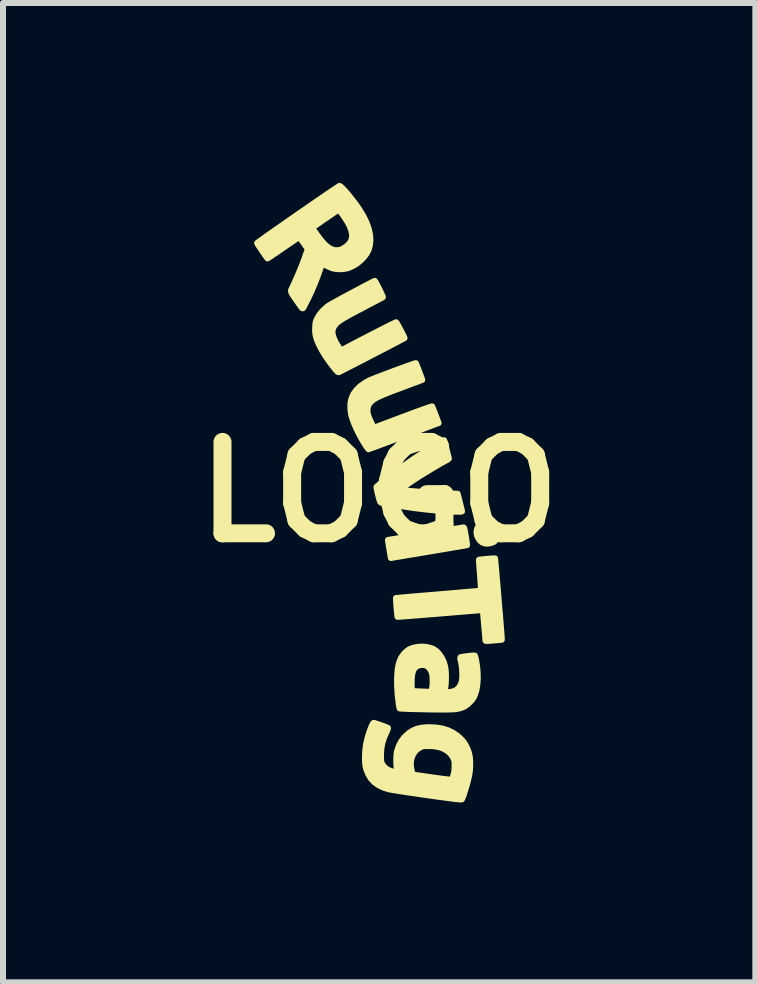
<source format=kicad_pcb>
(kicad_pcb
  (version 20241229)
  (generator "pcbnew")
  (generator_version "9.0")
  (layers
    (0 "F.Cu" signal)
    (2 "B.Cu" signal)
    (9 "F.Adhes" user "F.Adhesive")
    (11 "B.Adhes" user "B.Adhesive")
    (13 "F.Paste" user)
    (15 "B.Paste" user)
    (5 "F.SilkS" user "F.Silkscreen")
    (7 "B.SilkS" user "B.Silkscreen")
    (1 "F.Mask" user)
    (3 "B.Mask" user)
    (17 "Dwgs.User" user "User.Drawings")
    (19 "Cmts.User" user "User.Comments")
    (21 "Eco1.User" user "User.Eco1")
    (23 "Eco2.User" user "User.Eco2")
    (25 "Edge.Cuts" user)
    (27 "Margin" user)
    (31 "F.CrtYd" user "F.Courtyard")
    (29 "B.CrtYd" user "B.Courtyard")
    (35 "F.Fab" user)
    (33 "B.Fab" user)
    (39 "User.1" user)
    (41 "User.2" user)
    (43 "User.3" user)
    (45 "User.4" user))
  (footprint "LOGO"
    (layer "F.Cu")
    (at 3.273 5.154)
    (property "Reference" "LOGO" (at 0 0 0) (layer "F.SilkS") (effects (font (size 1.524 1.524) (thickness 0.3))))
    (attr through_hole)
    (fp_poly (pts (xy 1.994 0.668) (xy 1.991 0.716) (xy 1.976 0.761) (xy 1.95 0.801) (xy 1.912 0.833) (xy 1.9 0.839) (xy 1.876 0.848) (xy 1.845 0.856) (xy 1.814 0.861) (xy 1.788 0.863) (xy 1.777 0.861) (xy 1.763 0.857) (xy 1.745 0.853) (xy 1.711 0.838) (xy 1.679 0.809) (xy 1.652 0.772) (xy 1.633 0.729) (xy 1.626 0.701) (xy 1.625 0.651) (xy 1.638 0.602) (xy 1.662 0.559) (xy 1.695 0.525) (xy 1.714 0.513) (xy 1.76 0.496) (xy 1.811 0.489) (xy 1.858 0.493) (xy 1.905 0.511) (xy 1.942 0.54) (xy 1.97 0.578) (xy 1.987 0.621) (xy 1.994 0.668)) (stroke (width 0.1) (type solid)) (fill yes) (layer "F.SilkS"))
    (fp_poly (pts (xy 1.465 0.887) (xy 1.457 0.888) (xy 1.433 0.893) (xy 1.394 0.9) (xy 1.343 0.908) (xy 1.281 0.919) (xy 1.208 0.931) (xy 1.127 0.945) (xy 1.038 0.96) (xy 0.943 0.976) (xy 0.848 0.992) (xy 0.747 1.009) (xy 0.652 1.025) (xy 0.562 1.04) (xy 0.479 1.053) (xy 0.405 1.066) (xy 0.342 1.077) (xy 0.289 1.085) (xy 0.25 1.092) (xy 0.224 1.097) (xy 0.214 1.098) (xy 0.199 1.101) (xy 0.195 1.101) (xy 0.194 1.092) (xy 0.19 1.069) (xy 0.184 1.035) (xy 0.177 0.993) (xy 0.17 0.95) (xy 0.162 0.903) (xy 0.155 0.861) (xy 0.15 0.828) (xy 0.147 0.807) (xy 0.147 0.801) (xy 0.155 0.799) (xy 0.178 0.795) (xy 0.215 0.789) (xy 0.265 0.781) (xy 0.324 0.771) (xy 0.392 0.759) (xy 0.468 0.746) (xy 0.549 0.733) (xy 0.635 0.719) (xy 0.723 0.704) (xy 0.812 0.689) (xy 0.9 0.674) (xy 0.986 0.66) (xy 1.069 0.646) (xy 1.146 0.634) (xy 1.216 0.622) (xy 1.277 0.612) (xy 1.329 0.604) (xy 1.369 0.597) (xy 1.396 0.593) (xy 1.407 0.591) (xy 1.413 0.594) (xy 1.418 0.606) (xy 1.424 0.629) (xy 1.432 0.664) (xy 1.44 0.714) (xy 1.444 0.736) (xy 1.452 0.784) (xy 1.458 0.826) (xy 1.463 0.859) (xy 1.465 0.88) (xy 1.465 0.887)) (stroke (width 0.1) (type solid)) (fill yes) (layer "F.SilkS"))
    (fp_poly (pts (xy 1.382 0.324) (xy 1.374 0.327) (xy 1.352 0.329) (xy 1.317 0.329) (xy 1.272 0.329) (xy 1.219 0.327) (xy 1.161 0.324) (xy 1.115 0.322) (xy 0.934 0.308) (xy 0.754 0.29) (xy 0.57 0.267) (xy 0.378 0.238) (xy 0.267 0.22) (xy 0.209 0.211) (xy 0.155 0.201) (xy 0.109 0.193) (xy 0.071 0.186) (xy 0.047 0.181) (xy 0.039 0.18) (xy 0.029 0.176) (xy 0.021 0.171) (xy 0.015 0.161) (xy 0.008 0.143) (xy -0.000353 0.116) (xy -0.011 0.076) (xy -0.018 0.046) (xy -0.029 0.002) (xy -0.037 -0.036) (xy -0.043 -0.065) (xy -0.045 -0.082) (xy -0.044 -0.086) (xy -0.004 -0.119) (xy 0.047 -0.161) (xy 0.108 -0.208) (xy 0.176 -0.26) (xy 0.249 -0.315) (xy 0.324 -0.371) (xy 0.399 -0.426) (xy 0.471 -0.478) (xy 0.539 -0.526) (xy 0.6 -0.568) (xy 0.631 -0.589) (xy 0.681 -0.621) (xy 0.735 -0.656) (xy 0.79 -0.691) (xy 0.846 -0.726) (xy 0.9 -0.759) (xy 0.951 -0.789) (xy 0.996 -0.816) (xy 1.033 -0.837) (xy 1.061 -0.853) (xy 1.079 -0.861) (xy 1.083 -0.862) (xy 1.086 -0.853) (xy 1.093 -0.831) (xy 1.101 -0.798) (xy 1.112 -0.759) (xy 1.123 -0.716) (xy 1.134 -0.672) (xy 1.144 -0.631) (xy 1.153 -0.596) (xy 1.159 -0.57) (xy 1.162 -0.556) (xy 1.162 -0.555) (xy 1.155 -0.548) (xy 1.136 -0.535) (xy 1.109 -0.52) (xy 1.097 -0.514) (xy 1.064 -0.496) (xy 1.019 -0.471) (xy 0.966 -0.44) (xy 0.907 -0.405) (xy 0.845 -0.368) (xy 0.783 -0.33) (xy 0.723 -0.294) (xy 0.669 -0.26) (xy 0.628 -0.233) (xy 0.587 -0.207) (xy 0.544 -0.178) (xy 0.5 -0.148) (xy 0.458 -0.119) (xy 0.42 -0.092) (xy 0.388 -0.069) (xy 0.364 -0.051) (xy 0.351 -0.041) (xy 0.349 -0.038) (xy 0.361 -0.035) (xy 0.387 -0.031) (xy 0.426 -0.026) (xy 0.476 -0.021) (xy 0.536 -0.015) (xy 0.603 -0.01) (xy 0.675 -0.004) (xy 0.75 0.002) (xy 0.827 0.007) (xy 0.903 0.012) (xy 0.976 0.017) (xy 1.046 0.02) (xy 1.108 0.023) (xy 1.136 0.024) (xy 1.309 0.03) (xy 1.346 0.174) (xy 1.357 0.221) (xy 1.368 0.262) (xy 1.376 0.295) (xy 1.381 0.317) (xy 1.382 0.324)) (stroke (width 0.1) (type solid)) (fill yes) (layer "F.SilkS"))
    (fp_poly (pts (xy 0.991 -1.149) (xy 0.964 -1.139) (xy 0.952 -1.135) (xy 0.925 -1.125) (xy 0.885 -1.11) (xy 0.833 -1.09) (xy 0.771 -1.067) (xy 0.7 -1.04) (xy 0.621 -1.01) (xy 0.535 -0.978) (xy 0.445 -0.944) (xy 0.384 -0.921) (xy 0.291 -0.886) (xy 0.203 -0.853) (xy 0.122 -0.823) (xy 0.047 -0.795) (xy -0.019 -0.77) (xy -0.076 -0.749) (xy -0.121 -0.733) (xy -0.154 -0.721) (xy -0.173 -0.714) (xy -0.177 -0.712) (xy -0.185 -0.719) (xy -0.199 -0.737) (xy -0.217 -0.763) (xy -0.227 -0.778) (xy -0.285 -0.873) (xy -0.337 -0.969) (xy -0.384 -1.064) (xy -0.423 -1.154) (xy -0.452 -1.236) (xy -0.459 -1.259) (xy -0.468 -1.298) (xy -0.475 -1.344) (xy -0.48 -1.388) (xy -0.48 -1.391) (xy -0.479 -1.477) (xy -0.462 -1.557) (xy -0.43 -1.632) (xy -0.381 -1.7) (xy -0.318 -1.762) (xy -0.238 -1.819) (xy -0.17 -1.857) (xy -0.15 -1.866) (xy -0.118 -1.88) (xy -0.075 -1.897) (xy -0.024 -1.917) (xy 0.035 -1.939) (xy 0.099 -1.964) (xy 0.166 -1.989) (xy 0.234 -2.015) (xy 0.302 -2.04) (xy 0.368 -2.064) (xy 0.43 -2.086) (xy 0.485 -2.106) (xy 0.533 -2.123) (xy 0.571 -2.136) (xy 0.598 -2.145) (xy 0.611 -2.148) (xy 0.611 -2.148) (xy 0.616 -2.139) (xy 0.625 -2.117) (xy 0.637 -2.087) (xy 0.652 -2.049) (xy 0.667 -2.009) (xy 0.682 -1.969) (xy 0.696 -1.932) (xy 0.708 -1.901) (xy 0.715 -1.879) (xy 0.718 -1.869) (xy 0.718 -1.869) (xy 0.71 -1.866) (xy 0.688 -1.858) (xy 0.653 -1.844) (xy 0.607 -1.827) (xy 0.552 -1.807) (xy 0.489 -1.783) (xy 0.421 -1.758) (xy 0.382 -1.743) (xy 0.283 -1.706) (xy 0.199 -1.674) (xy 0.128 -1.646) (xy 0.069 -1.622) (xy 0.02 -1.601) (xy -0.02 -1.582) (xy -0.053 -1.565) (xy -0.08 -1.548) (xy -0.103 -1.533) (xy -0.122 -1.517) (xy -0.123 -1.516) (xy -0.161 -1.476) (xy -0.184 -1.435) (xy -0.194 -1.389) (xy -0.195 -1.367) (xy -0.193 -1.329) (xy -0.186 -1.29) (xy -0.172 -1.248) (xy -0.151 -1.198) (xy -0.129 -1.152) (xy -0.089 -1.07) (xy 0.393 -1.252) (xy 0.48 -1.284) (xy 0.561 -1.315) (xy 0.636 -1.342) (xy 0.704 -1.367) (xy 0.763 -1.388) (xy 0.812 -1.405) (xy 0.849 -1.418) (xy 0.873 -1.425) (xy 0.883 -1.427) (xy 0.883 -1.427) (xy 0.888 -1.418) (xy 0.897 -1.394) (xy 0.911 -1.361) (xy 0.927 -1.32) (xy 0.94 -1.285) (xy 0.991 -1.149)) (stroke (width 0.1) (type solid)) (fill yes) (layer "F.SilkS"))
    (fp_poly (pts (xy 2.044 2.465) (xy 1.927 2.475) (xy 1.872 2.48) (xy 1.832 2.483) (xy 1.804 2.484) (xy 1.786 2.484) (xy 1.777 2.483) (xy 1.773 2.48) (xy 1.772 2.478) (xy 1.772 2.465) (xy 1.77 2.439) (xy 1.767 2.401) (xy 1.763 2.355) (xy 1.758 2.303) (xy 1.753 2.247) (xy 1.748 2.19) (xy 1.743 2.135) (xy 1.739 2.084) (xy 1.735 2.039) (xy 1.731 2.004) (xy 1.729 1.98) (xy 1.727 1.971) (xy 1.727 1.971) (xy 1.719 1.971) (xy 1.694 1.972) (xy 1.656 1.975) (xy 1.604 1.979) (xy 1.54 1.984) (xy 1.465 1.99) (xy 1.381 1.997) (xy 1.289 2.004) (xy 1.19 2.013) (xy 1.085 2.021) (xy 1.018 2.027) (xy 0.91 2.036) (xy 0.807 2.044) (xy 0.71 2.052) (xy 0.621 2.059) (xy 0.54 2.066) (xy 0.469 2.071) (xy 0.41 2.075) (xy 0.363 2.079) (xy 0.329 2.081) (xy 0.31 2.082) (xy 0.306 2.082) (xy 0.304 2.072) (xy 0.302 2.049) (xy 0.298 2.016) (xy 0.294 1.976) (xy 0.29 1.932) (xy 0.287 1.888) (xy 0.284 1.846) (xy 0.282 1.81) (xy 0.28 1.784) (xy 0.28 1.77) (xy 0.281 1.769) (xy 0.289 1.768) (xy 0.314 1.766) (xy 0.353 1.762) (xy 0.405 1.757) (xy 0.469 1.752) (xy 0.543 1.745) (xy 0.627 1.738) (xy 0.719 1.73) (xy 0.818 1.722) (xy 0.923 1.713) (xy 0.987 1.708) (xy 1.094 1.699) (xy 1.197 1.69) (xy 1.293 1.682) (xy 1.383 1.674) (xy 1.463 1.667) (xy 1.534 1.661) (xy 1.593 1.656) (xy 1.641 1.651) (xy 1.674 1.648) (xy 1.693 1.646) (xy 1.696 1.645) (xy 1.697 1.636) (xy 1.697 1.612) (xy 1.695 1.575) (xy 1.692 1.528) (xy 1.688 1.473) (xy 1.684 1.411) (xy 1.682 1.388) (xy 1.677 1.324) (xy 1.672 1.266) (xy 1.669 1.216) (xy 1.666 1.176) (xy 1.665 1.147) (xy 1.664 1.132) (xy 1.665 1.131) (xy 1.674 1.129) (xy 1.697 1.126) (xy 1.729 1.123) (xy 1.768 1.119) (xy 1.809 1.115) (xy 1.849 1.112) (xy 1.885 1.109) (xy 1.913 1.108) (xy 1.93 1.107) (xy 1.932 1.108) (xy 1.934 1.116) (xy 1.936 1.14) (xy 1.94 1.178) (xy 1.944 1.228) (xy 1.95 1.289) (xy 1.956 1.358) (xy 1.962 1.435) (xy 1.97 1.519) (xy 1.977 1.606) (xy 1.985 1.696) (xy 1.992 1.788) (xy 2 1.879) (xy 2.007 1.969) (xy 2.015 2.055) (xy 2.021 2.136) (xy 2.027 2.21) (xy 2.032 2.276) (xy 2.037 2.333) (xy 2.04 2.378) (xy 2.043 2.411) (xy 2.044 2.429) (xy 2.044 2.431) (xy 2.044 2.465)) (stroke (width 0.1) (type solid)) (fill yes) (layer "F.SilkS"))
    (fp_poly (pts (xy 0.423 -2.566) (xy 0.423 -2.566) (xy 0.414 -2.561) (xy 0.392 -2.549) (xy 0.358 -2.531) (xy 0.313 -2.507) (xy 0.258 -2.479) (xy 0.196 -2.446) (xy 0.128 -2.41) (xy 0.054 -2.372) (xy -0.022 -2.333) (xy -0.101 -2.292) (xy -0.18 -2.251) (xy -0.258 -2.21) (xy -0.334 -2.171) (xy -0.405 -2.134) (xy -0.472 -2.1) (xy -0.531 -2.07) (xy -0.583 -2.043) (xy -0.624 -2.022) (xy -0.654 -2.007) (xy -0.672 -1.998) (xy -0.676 -1.997) (xy -0.686 -1.999) (xy -0.702 -2.012) (xy -0.724 -2.036) (xy -0.754 -2.072) (xy -0.76 -2.08) (xy -0.834 -2.177) (xy -0.9 -2.273) (xy -0.956 -2.365) (xy -1.001 -2.452) (xy -1.036 -2.532) (xy -1.052 -2.584) (xy -1.061 -2.621) (xy -1.066 -2.656) (xy -1.068 -2.696) (xy -1.067 -2.739) (xy -1.065 -2.781) (xy -1.062 -2.812) (xy -1.057 -2.837) (xy -1.047 -2.863) (xy -1.033 -2.895) (xy -1.033 -2.895) (xy -0.99 -2.965) (xy -0.933 -3.031) (xy -0.861 -3.094) (xy -0.834 -3.113) (xy -0.819 -3.122) (xy -0.791 -3.138) (xy -0.752 -3.16) (xy -0.704 -3.186) (xy -0.65 -3.216) (xy -0.59 -3.249) (xy -0.526 -3.283) (xy -0.46 -3.318) (xy -0.394 -3.353) (xy -0.33 -3.387) (xy -0.27 -3.42) (xy -0.214 -3.449) (xy -0.165 -3.474) (xy -0.125 -3.495) (xy -0.095 -3.51) (xy -0.077 -3.518) (xy -0.073 -3.52) (xy -0.067 -3.512) (xy -0.055 -3.493) (xy -0.04 -3.464) (xy -0.021 -3.429) (xy -0.002 -3.39) (xy 0.017 -3.351) (xy 0.035 -3.314) (xy 0.049 -3.283) (xy 0.059 -3.26) (xy 0.062 -3.248) (xy 0.062 -3.248) (xy 0.053 -3.242) (xy 0.031 -3.23) (xy -0.003 -3.212) (xy -0.047 -3.189) (xy -0.1 -3.161) (xy -0.16 -3.13) (xy -0.225 -3.096) (xy -0.25 -3.082) (xy -0.346 -3.032) (xy -0.429 -2.988) (xy -0.498 -2.951) (xy -0.556 -2.918) (xy -0.604 -2.89) (xy -0.642 -2.865) (xy -0.673 -2.844) (xy -0.698 -2.824) (xy -0.718 -2.806) (xy -0.724 -2.799) (xy -0.755 -2.757) (xy -0.773 -2.714) (xy -0.78 -2.667) (xy -0.773 -2.615) (xy -0.753 -2.557) (xy -0.721 -2.491) (xy -0.679 -2.423) (xy -0.636 -2.358) (xy -0.583 -2.387) (xy -0.532 -2.414) (xy -0.473 -2.445) (xy -0.408 -2.479) (xy -0.339 -2.516) (xy -0.266 -2.553) (xy -0.193 -2.591) (xy -0.119 -2.629) (xy -0.047 -2.666) (xy 0.022 -2.701) (xy 0.086 -2.734) (xy 0.144 -2.763) (xy 0.193 -2.788) (xy 0.234 -2.807) (xy 0.263 -2.821) (xy 0.28 -2.829) (xy 0.283 -2.83) (xy 0.289 -2.822) (xy 0.302 -2.802) (xy 0.318 -2.773) (xy 0.337 -2.738) (xy 0.358 -2.7) (xy 0.378 -2.661) (xy 0.396 -2.626) (xy 0.411 -2.596) (xy 0.42 -2.575) (xy 0.423 -2.566)) (stroke (width 0.1) (type solid)) (fill yes) (layer "F.SilkS"))
    (fp_poly (pts (xy 1.644 3.116) (xy 1.637 3.212) (xy 1.623 3.299) (xy 1.6 3.374) (xy 1.58 3.421) (xy 1.551 3.465) (xy 1.512 3.508) (xy 1.469 3.547) (xy 1.426 3.576) (xy 1.416 3.581) (xy 1.384 3.595) (xy 1.352 3.606) (xy 1.318 3.614) (xy 1.28 3.621) (xy 1.235 3.625) (xy 1.181 3.627) (xy 1.115 3.628) (xy 1.035 3.629) (xy 1.025 3.628) (xy 0.948 3.628) (xy 0.892 3.627) (xy 0.892 3.172) (xy 0.891 3.115) (xy 0.887 3.062) (xy 0.879 3.018) (xy 0.874 3.001) (xy 0.851 2.957) (xy 0.821 2.921) (xy 0.786 2.896) (xy 0.778 2.892) (xy 0.735 2.884) (xy 0.687 2.886) (xy 0.643 2.899) (xy 0.636 2.903) (xy 0.6 2.928) (xy 0.574 2.966) (xy 0.555 3.018) (xy 0.545 3.083) (xy 0.544 3.103) (xy 0.542 3.149) (xy 0.541 3.198) (xy 0.542 3.243) (xy 0.543 3.252) (xy 0.547 3.32) (xy 0.645 3.325) (xy 0.692 3.327) (xy 0.741 3.329) (xy 0.785 3.331) (xy 0.807 3.331) (xy 0.871 3.333) (xy 0.882 3.28) (xy 0.889 3.229) (xy 0.892 3.172) (xy 0.892 3.627) (xy 0.861 3.627) (xy 0.769 3.625) (xy 0.679 3.623) (xy 0.598 3.621) (xy 0.574 3.621) (xy 0.513 3.619) (xy 0.459 3.617) (xy 0.412 3.615) (xy 0.375 3.613) (xy 0.351 3.611) (xy 0.342 3.61) (xy 0.342 3.61) (xy 0.339 3.6) (xy 0.334 3.578) (xy 0.329 3.546) (xy 0.326 3.528) (xy 0.307 3.37) (xy 0.299 3.22) (xy 0.299 3.097) (xy 0.304 3.013) (xy 0.311 2.942) (xy 0.323 2.881) (xy 0.34 2.826) (xy 0.361 2.775) (xy 0.362 2.773) (xy 0.388 2.732) (xy 0.422 2.69) (xy 0.461 2.653) (xy 0.5 2.625) (xy 0.507 2.621) (xy 0.572 2.597) (xy 0.645 2.583) (xy 0.721 2.579) (xy 0.797 2.586) (xy 0.867 2.604) (xy 0.907 2.62) (xy 0.956 2.654) (xy 1.001 2.701) (xy 1.041 2.76) (xy 1.074 2.827) (xy 1.097 2.899) (xy 1.099 2.909) (xy 1.107 2.958) (xy 1.112 3.016) (xy 1.114 3.079) (xy 1.113 3.144) (xy 1.109 3.207) (xy 1.103 3.263) (xy 1.095 3.309) (xy 1.088 3.331) (xy 1.087 3.337) (xy 1.093 3.341) (xy 1.109 3.341) (xy 1.137 3.34) (xy 1.152 3.339) (xy 1.209 3.332) (xy 1.253 3.319) (xy 1.29 3.299) (xy 1.313 3.28) (xy 1.343 3.244) (xy 1.364 3.203) (xy 1.379 3.152) (xy 1.383 3.124) (xy 1.387 3.075) (xy 1.386 3.015) (xy 1.382 2.95) (xy 1.375 2.886) (xy 1.364 2.829) (xy 1.36 2.812) (xy 1.353 2.781) (xy 1.353 2.763) (xy 1.357 2.756) (xy 1.369 2.753) (xy 1.394 2.748) (xy 1.428 2.743) (xy 1.466 2.738) (xy 1.505 2.734) (xy 1.541 2.73) (xy 1.571 2.728) (xy 1.59 2.728) (xy 1.596 2.729) (xy 1.6 2.74) (xy 1.606 2.763) (xy 1.613 2.793) (xy 1.615 2.799) (xy 1.633 2.907) (xy 1.642 3.014) (xy 1.644 3.116)) (stroke (width 0.1) (type solid)) (fill yes) (layer "F.SilkS"))
    (fp_poly (pts (xy 1.518 4.536) (xy 1.516 4.602) (xy 1.511 4.663) (xy 1.501 4.727) (xy 1.496 4.748) (xy 1.487 4.788) (xy 1.475 4.836) (xy 1.461 4.887) (xy 1.445 4.94) (xy 1.429 4.992) (xy 1.414 5.039) (xy 1.4 5.079) (xy 1.388 5.108) (xy 1.38 5.124) (xy 1.38 5.125) (xy 1.376 5.127) (xy 1.367 5.128) (xy 1.353 5.128) (xy 1.332 5.127) (xy 1.304 5.124) (xy 1.266 5.12) (xy 1.258 5.119) (xy 1.258 4.53) (xy 1.257 4.5) (xy 1.253 4.477) (xy 1.246 4.457) (xy 1.236 4.434) (xy 1.197 4.374) (xy 1.145 4.324) (xy 1.081 4.285) (xy 1.005 4.257) (xy 0.917 4.241) (xy 0.835 4.237) (xy 0.79 4.237) (xy 0.757 4.238) (xy 0.732 4.241) (xy 0.712 4.247) (xy 0.691 4.256) (xy 0.691 4.256) (xy 0.636 4.29) (xy 0.591 4.336) (xy 0.558 4.392) (xy 0.536 4.457) (xy 0.527 4.527) (xy 0.532 4.602) (xy 0.547 4.669) (xy 0.56 4.713) (xy 0.859 4.756) (xy 0.929 4.766) (xy 0.995 4.775) (xy 1.055 4.783) (xy 1.107 4.789) (xy 1.147 4.794) (xy 1.175 4.797) (xy 1.187 4.797) (xy 1.202 4.796) (xy 1.212 4.792) (xy 1.22 4.781) (xy 1.227 4.76) (xy 1.237 4.728) (xy 1.249 4.682) (xy 1.255 4.636) (xy 1.258 4.582) (xy 1.258 4.571) (xy 1.258 4.53) (xy 1.258 5.119) (xy 1.218 5.114) (xy 1.159 5.106) (xy 1.087 5.096) (xy 1.002 5.085) (xy 0.902 5.071) (xy 0.81 5.058) (xy 0.712 5.044) (xy 0.617 5.03) (xy 0.527 5.017) (xy 0.443 5.005) (xy 0.368 4.993) (xy 0.302 4.983) (xy 0.247 4.974) (xy 0.205 4.967) (xy 0.178 4.962) (xy 0.173 4.961) (xy 0.076 4.932) (xy -0.008 4.892) (xy -0.08 4.841) (xy -0.138 4.779) (xy -0.183 4.705) (xy -0.216 4.622) (xy -0.225 4.585) (xy -0.233 4.531) (xy -0.237 4.466) (xy -0.236 4.393) (xy -0.232 4.318) (xy -0.224 4.245) (xy -0.212 4.177) (xy -0.209 4.164) (xy -0.195 4.107) (xy -0.178 4.05) (xy -0.161 3.996) (xy -0.143 3.948) (xy -0.126 3.906) (xy -0.111 3.875) (xy -0.098 3.855) (xy -0.09 3.85) (xy -0.079 3.853) (xy -0.055 3.861) (xy -0.023 3.871) (xy 0.014 3.884) (xy 0.053 3.898) (xy 0.089 3.911) (xy 0.119 3.923) (xy 0.139 3.931) (xy 0.146 3.935) (xy 0.146 3.944) (xy 0.139 3.966) (xy 0.127 3.995) (xy 0.114 4.022) (xy 0.077 4.11) (xy 0.052 4.192) (xy 0.037 4.276) (xy 0.031 4.367) (xy 0.03 4.385) (xy 0.03 4.431) (xy 0.031 4.464) (xy 0.033 4.488) (xy 0.037 4.506) (xy 0.043 4.523) (xy 0.053 4.54) (xy 0.054 4.543) (xy 0.09 4.591) (xy 0.14 4.629) (xy 0.202 4.656) (xy 0.267 4.671) (xy 0.311 4.678) (xy 0.298 4.635) (xy 0.291 4.599) (xy 0.287 4.55) (xy 0.285 4.495) (xy 0.286 4.438) (xy 0.289 4.384) (xy 0.295 4.338) (xy 0.3 4.317) (xy 0.329 4.233) (xy 0.367 4.16) (xy 0.417 4.094) (xy 0.44 4.07) (xy 0.498 4.019) (xy 0.558 3.98) (xy 0.622 3.952) (xy 0.694 3.934) (xy 0.777 3.925) (xy 0.84 3.923) (xy 0.954 3.929) (xy 1.058 3.946) (xy 1.15 3.975) (xy 1.234 4.016) (xy 1.311 4.07) (xy 1.354 4.109) (xy 1.39 4.146) (xy 1.416 4.178) (xy 1.437 4.211) (xy 1.457 4.249) (xy 1.483 4.307) (xy 1.5 4.361) (xy 1.511 4.416) (xy 1.517 4.479) (xy 1.518 4.536)) (stroke (width 0.1) (type solid)) (fill yes) (layer "F.SilkS"))
    (fp_poly (pts (xy -0.146 -4.197) (xy -0.156 -4.108) (xy -0.177 -4.037) (xy -0.208 -3.976) (xy -0.253 -3.916) (xy -0.309 -3.859) (xy -0.372 -3.808) (xy -0.44 -3.767) (xy -0.452 -3.762) (xy -0.452 -4.298) (xy -0.465 -4.362) (xy -0.492 -4.434) (xy -0.534 -4.513) (xy -0.591 -4.6) (xy -0.634 -4.659) (xy -0.657 -4.686) (xy -0.675 -4.701) (xy -0.684 -4.703) (xy -0.693 -4.698) (xy -0.714 -4.684) (xy -0.745 -4.663) (xy -0.784 -4.636) (xy -0.829 -4.605) (xy -0.879 -4.571) (xy -0.931 -4.536) (xy -0.983 -4.499) (xy -1.034 -4.464) (xy -1.082 -4.431) (xy -1.117 -4.406) (xy -1.114 -4.399) (xy -1.102 -4.381) (xy -1.084 -4.355) (xy -1.061 -4.323) (xy -1.037 -4.289) (xy -1.011 -4.254) (xy -0.987 -4.222) (xy -0.967 -4.196) (xy -0.958 -4.185) (xy -0.909 -4.131) (xy -0.863 -4.09) (xy -0.814 -4.058) (xy -0.796 -4.049) (xy -0.742 -4.032) (xy -0.685 -4.031) (xy -0.628 -4.046) (xy -0.604 -4.058) (xy -0.545 -4.096) (xy -0.5 -4.139) (xy -0.469 -4.186) (xy -0.453 -4.239) (xy -0.452 -4.298) (xy -0.452 -3.762) (xy -0.51 -3.736) (xy -0.538 -3.728) (xy -0.589 -3.719) (xy -0.646 -3.715) (xy -0.704 -3.717) (xy -0.756 -3.724) (xy -0.772 -3.728) (xy -0.802 -3.739) (xy -0.84 -3.755) (xy -0.878 -3.773) (xy -0.884 -3.776) (xy -0.914 -3.791) (xy -0.938 -3.802) (xy -0.951 -3.807) (xy -0.953 -3.807) (xy -0.957 -3.798) (xy -0.964 -3.776) (xy -0.975 -3.745) (xy -0.988 -3.707) (xy -0.988 -3.706) (xy -1.027 -3.595) (xy -1.073 -3.476) (xy -1.124 -3.356) (xy -1.177 -3.242) (xy -1.188 -3.22) (xy -1.211 -3.175) (xy -1.232 -3.135) (xy -1.249 -3.101) (xy -1.261 -3.078) (xy -1.267 -3.069) (xy -1.272 -3.063) (xy -1.278 -3.063) (xy -1.286 -3.068) (xy -1.298 -3.082) (xy -1.315 -3.104) (xy -1.339 -3.138) (xy -1.365 -3.175) (xy -1.401 -3.227) (xy -1.429 -3.267) (xy -1.449 -3.298) (xy -1.462 -3.321) (xy -1.469 -3.34) (xy -1.47 -3.356) (xy -1.467 -3.371) (xy -1.459 -3.389) (xy -1.448 -3.411) (xy -1.442 -3.423) (xy -1.37 -3.58) (xy -1.305 -3.735) (xy -1.243 -3.898) (xy -1.23 -3.936) (xy -1.189 -4.051) (xy -1.258 -4.149) (xy -1.283 -4.184) (xy -1.306 -4.214) (xy -1.323 -4.236) (xy -1.333 -4.248) (xy -1.334 -4.249) (xy -1.343 -4.245) (xy -1.363 -4.232) (xy -1.394 -4.211) (xy -1.435 -4.184) (xy -1.483 -4.151) (xy -1.537 -4.114) (xy -1.596 -4.074) (xy -1.6 -4.071) (xy -1.659 -4.03) (xy -1.713 -3.993) (xy -1.761 -3.961) (xy -1.801 -3.933) (xy -1.833 -3.913) (xy -1.854 -3.9) (xy -1.862 -3.895) (xy -1.862 -3.895) (xy -1.871 -3.906) (xy -1.887 -3.928) (xy -1.907 -3.957) (xy -1.931 -3.991) (xy -1.956 -4.028) (xy -1.981 -4.065) (xy -2.003 -4.098) (xy -2.02 -4.125) (xy -2.032 -4.144) (xy -2.035 -4.151) (xy -2.028 -4.157) (xy -2.009 -4.172) (xy -1.977 -4.194) (xy -1.935 -4.224) (xy -1.884 -4.261) (xy -1.825 -4.303) (xy -1.758 -4.35) (xy -1.686 -4.4) (xy -1.608 -4.454) (xy -1.527 -4.511) (xy -1.444 -4.569) (xy -1.359 -4.628) (xy -1.275 -4.686) (xy -1.191 -4.744) (xy -1.109 -4.801) (xy -1.031 -4.855) (xy -0.957 -4.905) (xy -0.889 -4.952) (xy -0.827 -4.994) (xy -0.774 -5.03) (xy -0.729 -5.06) (xy -0.695 -5.083) (xy -0.672 -5.098) (xy -0.662 -5.104) (xy -0.661 -5.104) (xy -0.649 -5.099) (xy -0.628 -5.081) (xy -0.6 -5.054) (xy -0.567 -5.018) (xy -0.53 -4.975) (xy -0.49 -4.927) (xy -0.449 -4.875) (xy -0.409 -4.822) (xy -0.37 -4.77) (xy -0.336 -4.72) (xy -0.266 -4.605) (xy -0.212 -4.496) (xy -0.174 -4.391) (xy -0.152 -4.292) (xy -0.146 -4.197)) (stroke (width 0.1) (type solid)) (fill yes) (layer "F.SilkS")))
  (gr_rect
    (start -3 -3)
    (end 9.546 13.332)
    (stroke (width 0.1) (type default))
    (fill no)
    (layer "Edge.Cuts")))
</source>
